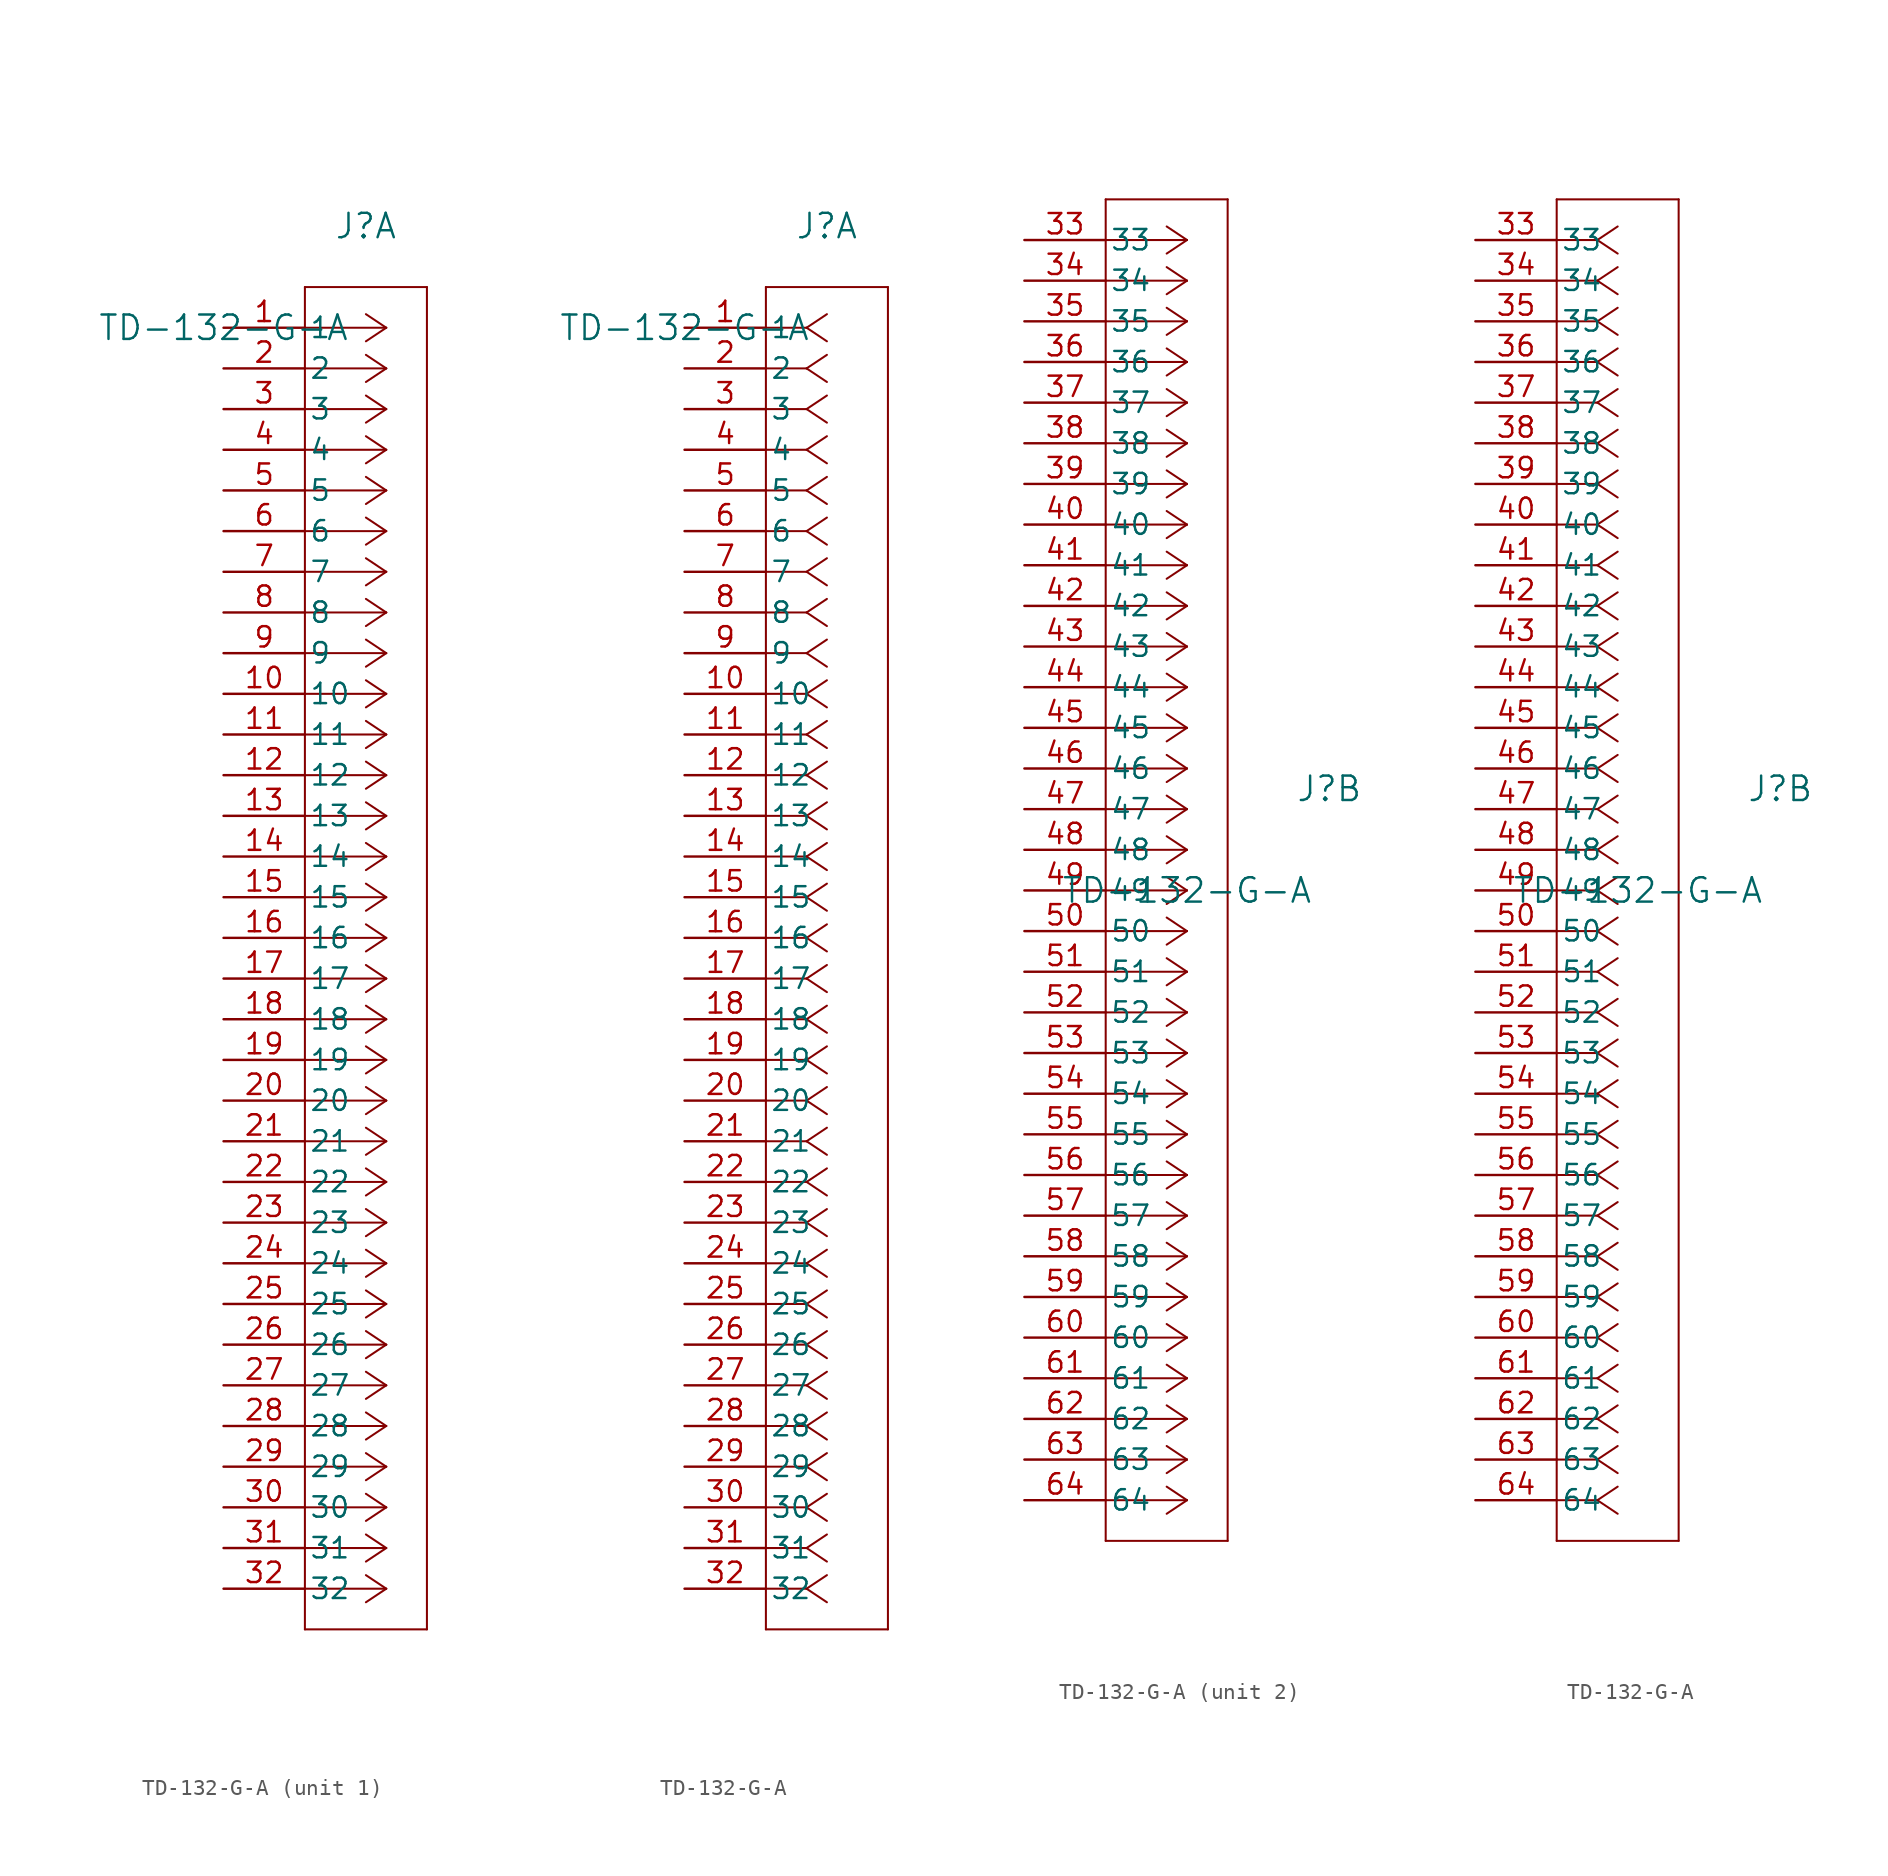
<source format=kicad_sym>
(kicad_symbol_lib
  (version 20211014)
  (generator kicad_symbol_editor)
  (symbol "TD-132-G-A"
    (pin_names
      (offset 0.254))
    (property "Reference" "J"
      (at 8.89 6.35 0)
      (effects (font (size 1.524 1.524))))
    (property "Value" "TD-132-G-A"
      (at 0 0 0)
      (effects (font (size 1.524 1.524))))
    (symbol "TD-132-G-A_1_1"
      (polyline (pts (xy 10.16 0) (xy 5.08 0)) (stroke (width 0.127) (type default) (color 0 0 0 0)) (fill (type none)))
      (polyline (pts (xy 10.16 -2.54) (xy 5.08 -2.54)) (stroke (width 0.127) (type default) (color 0 0 0 0)) (fill (type none)))
      (polyline (pts (xy 10.16 -5.08) (xy 5.08 -5.08)) (stroke (width 0.127) (type default) (color 0 0 0 0)) (fill (type none)))
      (polyline (pts (xy 10.16 -7.62) (xy 5.08 -7.62)) (stroke (width 0.127) (type default) (color 0 0 0 0)) (fill (type none)))
      (polyline (pts (xy 10.16 -10.16) (xy 5.08 -10.16)) (stroke (width 0.127) (type default) (color 0 0 0 0)) (fill (type none)))
      (polyline (pts (xy 10.16 -12.7) (xy 5.08 -12.7)) (stroke (width 0.127) (type default) (color 0 0 0 0)) (fill (type none)))
      (polyline (pts (xy 10.16 -15.24) (xy 5.08 -15.24)) (stroke (width 0.127) (type default) (color 0 0 0 0)) (fill (type none)))
      (polyline (pts (xy 10.16 -17.78) (xy 5.08 -17.78)) (stroke (width 0.127) (type default) (color 0 0 0 0)) (fill (type none)))
      (polyline (pts (xy 10.16 -20.32) (xy 5.08 -20.32)) (stroke (width 0.127) (type default) (color 0 0 0 0)) (fill (type none)))
      (polyline (pts (xy 10.16 -22.86) (xy 5.08 -22.86)) (stroke (width 0.127) (type default) (color 0 0 0 0)) (fill (type none)))
      (polyline (pts (xy 10.16 -25.4) (xy 5.08 -25.4)) (stroke (width 0.127) (type default) (color 0 0 0 0)) (fill (type none)))
      (polyline (pts (xy 10.16 -27.94) (xy 5.08 -27.94)) (stroke (width 0.127) (type default) (color 0 0 0 0)) (fill (type none)))
      (polyline (pts (xy 10.16 -30.48) (xy 5.08 -30.48)) (stroke (width 0.127) (type default) (color 0 0 0 0)) (fill (type none)))
      (polyline (pts (xy 10.16 -33.02) (xy 5.08 -33.02)) (stroke (width 0.127) (type default) (color 0 0 0 0)) (fill (type none)))
      (polyline (pts (xy 10.16 -35.56) (xy 5.08 -35.56)) (stroke (width 0.127) (type default) (color 0 0 0 0)) (fill (type none)))
      (polyline (pts (xy 10.16 -38.1) (xy 5.08 -38.1)) (stroke (width 0.127) (type default) (color 0 0 0 0)) (fill (type none)))
      (polyline (pts (xy 10.16 -40.64) (xy 5.08 -40.64)) (stroke (width 0.127) (type default) (color 0 0 0 0)) (fill (type none)))
      (polyline (pts (xy 10.16 -43.18) (xy 5.08 -43.18)) (stroke (width 0.127) (type default) (color 0 0 0 0)) (fill (type none)))
      (polyline (pts (xy 10.16 -45.72) (xy 5.08 -45.72)) (stroke (width 0.127) (type default) (color 0 0 0 0)) (fill (type none)))
      (polyline (pts (xy 10.16 -48.26) (xy 5.08 -48.26)) (stroke (width 0.127) (type default) (color 0 0 0 0)) (fill (type none)))
      (polyline (pts (xy 10.16 -50.8) (xy 5.08 -50.8)) (stroke (width 0.127) (type default) (color 0 0 0 0)) (fill (type none)))
      (polyline (pts (xy 10.16 -53.34) (xy 5.08 -53.34)) (stroke (width 0.127) (type default) (color 0 0 0 0)) (fill (type none)))
      (polyline (pts (xy 10.16 -55.88) (xy 5.08 -55.88)) (stroke (width 0.127) (type default) (color 0 0 0 0)) (fill (type none)))
      (polyline (pts (xy 10.16 -58.42) (xy 5.08 -58.42)) (stroke (width 0.127) (type default) (color 0 0 0 0)) (fill (type none)))
      (polyline (pts (xy 10.16 -60.96) (xy 5.08 -60.96)) (stroke (width 0.127) (type default) (color 0 0 0 0)) (fill (type none)))
      (polyline (pts (xy 10.16 -63.5) (xy 5.08 -63.5)) (stroke (width 0.127) (type default) (color 0 0 0 0)) (fill (type none)))
      (polyline (pts (xy 10.16 -66.04) (xy 5.08 -66.04)) (stroke (width 0.127) (type default) (color 0 0 0 0)) (fill (type none)))
      (polyline (pts (xy 10.16 -68.58) (xy 5.08 -68.58)) (stroke (width 0.127) (type default) (color 0 0 0 0)) (fill (type none)))
      (polyline (pts (xy 10.16 -71.12) (xy 5.08 -71.12)) (stroke (width 0.127) (type default) (color 0 0 0 0)) (fill (type none)))
      (polyline (pts (xy 10.16 -73.66) (xy 5.08 -73.66)) (stroke (width 0.127) (type default) (color 0 0 0 0)) (fill (type none)))
      (polyline (pts (xy 10.16 -76.2) (xy 5.08 -76.2)) (stroke (width 0.127) (type default) (color 0 0 0 0)) (fill (type none)))
      (polyline (pts (xy 10.16 -78.74) (xy 5.08 -78.74)) (stroke (width 0.127) (type default) (color 0 0 0 0)) (fill (type none)))
      (polyline (pts (xy 10.16 0) (xy 8.89 0.847)) (stroke (width 0.127) (type default) (color 0 0 0 0)) (fill (type none)))
      (polyline (pts (xy 10.16 -2.54) (xy 8.89 -1.693)) (stroke (width 0.127) (type default) (color 0 0 0 0)) (fill (type none)))
      (polyline (pts (xy 10.16 -5.08) (xy 8.89 -4.233)) (stroke (width 0.127) (type default) (color 0 0 0 0)) (fill (type none)))
      (polyline (pts (xy 10.16 -7.62) (xy 8.89 -6.773)) (stroke (width 0.127) (type default) (color 0 0 0 0)) (fill (type none)))
      (polyline (pts (xy 10.16 -10.16) (xy 8.89 -9.313)) (stroke (width 0.127) (type default) (color 0 0 0 0)) (fill (type none)))
      (polyline (pts (xy 10.16 -12.7) (xy 8.89 -11.853)) (stroke (width 0.127) (type default) (color 0 0 0 0)) (fill (type none)))
      (polyline (pts (xy 10.16 -15.24) (xy 8.89 -14.393)) (stroke (width 0.127) (type default) (color 0 0 0 0)) (fill (type none)))
      (polyline (pts (xy 10.16 -17.78) (xy 8.89 -16.933)) (stroke (width 0.127) (type default) (color 0 0 0 0)) (fill (type none)))
      (polyline (pts (xy 10.16 -20.32) (xy 8.89 -19.473)) (stroke (width 0.127) (type default) (color 0 0 0 0)) (fill (type none)))
      (polyline (pts (xy 10.16 -22.86) (xy 8.89 -22.013)) (stroke (width 0.127) (type default) (color 0 0 0 0)) (fill (type none)))
      (polyline (pts (xy 10.16 -25.4) (xy 8.89 -24.553)) (stroke (width 0.127) (type default) (color 0 0 0 0)) (fill (type none)))
      (polyline (pts (xy 10.16 -27.94) (xy 8.89 -27.093)) (stroke (width 0.127) (type default) (color 0 0 0 0)) (fill (type none)))
      (polyline (pts (xy 10.16 -30.48) (xy 8.89 -29.633)) (stroke (width 0.127) (type default) (color 0 0 0 0)) (fill (type none)))
      (polyline (pts (xy 10.16 -33.02) (xy 8.89 -32.173)) (stroke (width 0.127) (type default) (color 0 0 0 0)) (fill (type none)))
      (polyline (pts (xy 10.16 -35.56) (xy 8.89 -34.713)) (stroke (width 0.127) (type default) (color 0 0 0 0)) (fill (type none)))
      (polyline (pts (xy 10.16 -38.1) (xy 8.89 -37.253)) (stroke (width 0.127) (type default) (color 0 0 0 0)) (fill (type none)))
      (polyline (pts (xy 10.16 -40.64) (xy 8.89 -39.793)) (stroke (width 0.127) (type default) (color 0 0 0 0)) (fill (type none)))
      (polyline (pts (xy 10.16 -43.18) (xy 8.89 -42.333)) (stroke (width 0.127) (type default) (color 0 0 0 0)) (fill (type none)))
      (polyline (pts (xy 10.16 -45.72) (xy 8.89 -44.873)) (stroke (width 0.127) (type default) (color 0 0 0 0)) (fill (type none)))
      (polyline (pts (xy 10.16 -48.26) (xy 8.89 -47.413)) (stroke (width 0.127) (type default) (color 0 0 0 0)) (fill (type none)))
      (polyline (pts (xy 10.16 -50.8) (xy 8.89 -49.953)) (stroke (width 0.127) (type default) (color 0 0 0 0)) (fill (type none)))
      (polyline (pts (xy 10.16 -53.34) (xy 8.89 -52.493)) (stroke (width 0.127) (type default) (color 0 0 0 0)) (fill (type none)))
      (polyline (pts (xy 10.16 -55.88) (xy 8.89 -55.033)) (stroke (width 0.127) (type default) (color 0 0 0 0)) (fill (type none)))
      (polyline (pts (xy 10.16 -58.42) (xy 8.89 -57.573)) (stroke (width 0.127) (type default) (color 0 0 0 0)) (fill (type none)))
      (polyline (pts (xy 10.16 -60.96) (xy 8.89 -60.113)) (stroke (width 0.127) (type default) (color 0 0 0 0)) (fill (type none)))
      (polyline (pts (xy 10.16 -63.5) (xy 8.89 -62.653)) (stroke (width 0.127) (type default) (color 0 0 0 0)) (fill (type none)))
      (polyline (pts (xy 10.16 -66.04) (xy 8.89 -65.193)) (stroke (width 0.127) (type default) (color 0 0 0 0)) (fill (type none)))
      (polyline (pts (xy 10.16 -68.58) (xy 8.89 -67.733)) (stroke (width 0.127) (type default) (color 0 0 0 0)) (fill (type none)))
      (polyline (pts (xy 10.16 -71.12) (xy 8.89 -70.273)) (stroke (width 0.127) (type default) (color 0 0 0 0)) (fill (type none)))
      (polyline (pts (xy 10.16 -73.66) (xy 8.89 -72.813)) (stroke (width 0.127) (type default) (color 0 0 0 0)) (fill (type none)))
      (polyline (pts (xy 10.16 -76.2) (xy 8.89 -75.353)) (stroke (width 0.127) (type default) (color 0 0 0 0)) (fill (type none)))
      (polyline (pts (xy 10.16 -78.74) (xy 8.89 -77.893)) (stroke (width 0.127) (type default) (color 0 0 0 0)) (fill (type none)))
      (polyline (pts (xy 10.16 0) (xy 8.89 -0.847)) (stroke (width 0.127) (type default) (color 0 0 0 0)) (fill (type none)))
      (polyline (pts (xy 10.16 -2.54) (xy 8.89 -3.387)) (stroke (width 0.127) (type default) (color 0 0 0 0)) (fill (type none)))
      (polyline (pts (xy 10.16 -5.08) (xy 8.89 -5.927)) (stroke (width 0.127) (type default) (color 0 0 0 0)) (fill (type none)))
      (polyline (pts (xy 10.16 -7.62) (xy 8.89 -8.467)) (stroke (width 0.127) (type default) (color 0 0 0 0)) (fill (type none)))
      (polyline (pts (xy 10.16 -10.16) (xy 8.89 -11.007)) (stroke (width 0.127) (type default) (color 0 0 0 0)) (fill (type none)))
      (polyline (pts (xy 10.16 -12.7) (xy 8.89 -13.547)) (stroke (width 0.127) (type default) (color 0 0 0 0)) (fill (type none)))
      (polyline (pts (xy 10.16 -15.24) (xy 8.89 -16.087)) (stroke (width 0.127) (type default) (color 0 0 0 0)) (fill (type none)))
      (polyline (pts (xy 10.16 -17.78) (xy 8.89 -18.627)) (stroke (width 0.127) (type default) (color 0 0 0 0)) (fill (type none)))
      (polyline (pts (xy 10.16 -20.32) (xy 8.89 -21.167)) (stroke (width 0.127) (type default) (color 0 0 0 0)) (fill (type none)))
      (polyline (pts (xy 10.16 -22.86) (xy 8.89 -23.707)) (stroke (width 0.127) (type default) (color 0 0 0 0)) (fill (type none)))
      (polyline (pts (xy 10.16 -25.4) (xy 8.89 -26.247)) (stroke (width 0.127) (type default) (color 0 0 0 0)) (fill (type none)))
      (polyline (pts (xy 10.16 -27.94) (xy 8.89 -28.787)) (stroke (width 0.127) (type default) (color 0 0 0 0)) (fill (type none)))
      (polyline (pts (xy 10.16 -30.48) (xy 8.89 -31.327)) (stroke (width 0.127) (type default) (color 0 0 0 0)) (fill (type none)))
      (polyline (pts (xy 10.16 -33.02) (xy 8.89 -33.867)) (stroke (width 0.127) (type default) (color 0 0 0 0)) (fill (type none)))
      (polyline (pts (xy 10.16 -35.56) (xy 8.89 -36.407)) (stroke (width 0.127) (type default) (color 0 0 0 0)) (fill (type none)))
      (polyline (pts (xy 10.16 -38.1) (xy 8.89 -38.947)) (stroke (width 0.127) (type default) (color 0 0 0 0)) (fill (type none)))
      (polyline (pts (xy 10.16 -40.64) (xy 8.89 -41.487)) (stroke (width 0.127) (type default) (color 0 0 0 0)) (fill (type none)))
      (polyline (pts (xy 10.16 -43.18) (xy 8.89 -44.027)) (stroke (width 0.127) (type default) (color 0 0 0 0)) (fill (type none)))
      (polyline (pts (xy 10.16 -45.72) (xy 8.89 -46.567)) (stroke (width 0.127) (type default) (color 0 0 0 0)) (fill (type none)))
      (polyline (pts (xy 10.16 -48.26) (xy 8.89 -49.107)) (stroke (width 0.127) (type default) (color 0 0 0 0)) (fill (type none)))
      (polyline (pts (xy 10.16 -50.8) (xy 8.89 -51.647)) (stroke (width 0.127) (type default) (color 0 0 0 0)) (fill (type none)))
      (polyline (pts (xy 10.16 -53.34) (xy 8.89 -54.187)) (stroke (width 0.127) (type default) (color 0 0 0 0)) (fill (type none)))
      (polyline (pts (xy 10.16 -55.88) (xy 8.89 -56.727)) (stroke (width 0.127) (type default) (color 0 0 0 0)) (fill (type none)))
      (polyline (pts (xy 10.16 -58.42) (xy 8.89 -59.267)) (stroke (width 0.127) (type default) (color 0 0 0 0)) (fill (type none)))
      (polyline (pts (xy 10.16 -60.96) (xy 8.89 -61.807)) (stroke (width 0.127) (type default) (color 0 0 0 0)) (fill (type none)))
      (polyline (pts (xy 10.16 -63.5) (xy 8.89 -64.347)) (stroke (width 0.127) (type default) (color 0 0 0 0)) (fill (type none)))
      (polyline (pts (xy 10.16 -66.04) (xy 8.89 -66.887)) (stroke (width 0.127) (type default) (color 0 0 0 0)) (fill (type none)))
      (polyline (pts (xy 10.16 -68.58) (xy 8.89 -69.427)) (stroke (width 0.127) (type default) (color 0 0 0 0)) (fill (type none)))
      (polyline (pts (xy 10.16 -71.12) (xy 8.89 -71.967)) (stroke (width 0.127) (type default) (color 0 0 0 0)) (fill (type none)))
      (polyline (pts (xy 10.16 -73.66) (xy 8.89 -74.507)) (stroke (width 0.127) (type default) (color 0 0 0 0)) (fill (type none)))
      (polyline (pts (xy 10.16 -76.2) (xy 8.89 -77.047)) (stroke (width 0.127) (type default) (color 0 0 0 0)) (fill (type none)))
      (polyline (pts (xy 10.16 -78.74) (xy 8.89 -79.587)) (stroke (width 0.127) (type default) (color 0 0 0 0)) (fill (type none)))
      (polyline (pts (xy 5.08 2.54) (xy 5.08 -81.28)) (stroke (width 0.127) (type default) (color 0 0 0 0)) (fill (type none)))
      (polyline (pts (xy 5.08 -81.28) (xy 12.7 -81.28)) (stroke (width 0.127) (type default) (color 0 0 0 0)) (fill (type none)))
      (polyline (pts (xy 12.7 -81.28) (xy 12.7 2.54)) (stroke (width 0.127) (type default) (color 0 0 0 0)) (fill (type none)))
      (polyline (pts (xy 12.7 2.54) (xy 5.08 2.54)) (stroke (width 0.127) (type default) (color 0 0 0 0)) (fill (type none)))
      (pin unspecified line (at 0 0 0) (length 5.08) (name "1" (effects (font (size 1.27 1.27)))) (number "1" (effects (font (size 1.27 1.27)))))
      (pin unspecified line (at 0 -2.54 0) (length 5.08) (name "2" (effects (font (size 1.27 1.27)))) (number "2" (effects (font (size 1.27 1.27)))))
      (pin unspecified line (at 0 -5.08 0) (length 5.08) (name "3" (effects (font (size 1.27 1.27)))) (number "3" (effects (font (size 1.27 1.27)))))
      (pin unspecified line (at 0 -7.62 0) (length 5.08) (name "4" (effects (font (size 1.27 1.27)))) (number "4" (effects (font (size 1.27 1.27)))))
      (pin unspecified line (at 0 -10.16 0) (length 5.08) (name "5" (effects (font (size 1.27 1.27)))) (number "5" (effects (font (size 1.27 1.27)))))
      (pin unspecified line (at 0 -12.7 0) (length 5.08) (name "6" (effects (font (size 1.27 1.27)))) (number "6" (effects (font (size 1.27 1.27)))))
      (pin unspecified line (at 0 -15.24 0) (length 5.08) (name "7" (effects (font (size 1.27 1.27)))) (number "7" (effects (font (size 1.27 1.27)))))
      (pin unspecified line (at 0 -17.78 0) (length 5.08) (name "8" (effects (font (size 1.27 1.27)))) (number "8" (effects (font (size 1.27 1.27)))))
      (pin unspecified line (at 0 -20.32 0) (length 5.08) (name "9" (effects (font (size 1.27 1.27)))) (number "9" (effects (font (size 1.27 1.27)))))
      (pin unspecified line (at 0 -22.86 0) (length 5.08) (name "10" (effects (font (size 1.27 1.27)))) (number "10" (effects (font (size 1.27 1.27)))))
      (pin unspecified line (at 0 -25.4 0) (length 5.08) (name "11" (effects (font (size 1.27 1.27)))) (number "11" (effects (font (size 1.27 1.27)))))
      (pin unspecified line (at 0 -27.94 0) (length 5.08) (name "12" (effects (font (size 1.27 1.27)))) (number "12" (effects (font (size 1.27 1.27)))))
      (pin unspecified line (at 0 -30.48 0) (length 5.08) (name "13" (effects (font (size 1.27 1.27)))) (number "13" (effects (font (size 1.27 1.27)))))
      (pin unspecified line (at 0 -33.02 0) (length 5.08) (name "14" (effects (font (size 1.27 1.27)))) (number "14" (effects (font (size 1.27 1.27)))))
      (pin unspecified line (at 0 -35.56 0) (length 5.08) (name "15" (effects (font (size 1.27 1.27)))) (number "15" (effects (font (size 1.27 1.27)))))
      (pin unspecified line (at 0 -38.1 0) (length 5.08) (name "16" (effects (font (size 1.27 1.27)))) (number "16" (effects (font (size 1.27 1.27)))))
      (pin unspecified line (at 0 -40.64 0) (length 5.08) (name "17" (effects (font (size 1.27 1.27)))) (number "17" (effects (font (size 1.27 1.27)))))
      (pin unspecified line (at 0 -43.18 0) (length 5.08) (name "18" (effects (font (size 1.27 1.27)))) (number "18" (effects (font (size 1.27 1.27)))))
      (pin unspecified line (at 0 -45.72 0) (length 5.08) (name "19" (effects (font (size 1.27 1.27)))) (number "19" (effects (font (size 1.27 1.27)))))
      (pin unspecified line (at 0 -48.26 0) (length 5.08) (name "20" (effects (font (size 1.27 1.27)))) (number "20" (effects (font (size 1.27 1.27)))))
      (pin unspecified line (at 0 -50.8 0) (length 5.08) (name "21" (effects (font (size 1.27 1.27)))) (number "21" (effects (font (size 1.27 1.27)))))
      (pin unspecified line (at 0 -53.34 0) (length 5.08) (name "22" (effects (font (size 1.27 1.27)))) (number "22" (effects (font (size 1.27 1.27)))))
      (pin unspecified line (at 0 -55.88 0) (length 5.08) (name "23" (effects (font (size 1.27 1.27)))) (number "23" (effects (font (size 1.27 1.27)))))
      (pin unspecified line (at 0 -58.42 0) (length 5.08) (name "24" (effects (font (size 1.27 1.27)))) (number "24" (effects (font (size 1.27 1.27)))))
      (pin unspecified line (at 0 -60.96 0) (length 5.08) (name "25" (effects (font (size 1.27 1.27)))) (number "25" (effects (font (size 1.27 1.27)))))
      (pin unspecified line (at 0 -63.5 0) (length 5.08) (name "26" (effects (font (size 1.27 1.27)))) (number "26" (effects (font (size 1.27 1.27)))))
      (pin unspecified line (at 0 -66.04 0) (length 5.08) (name "27" (effects (font (size 1.27 1.27)))) (number "27" (effects (font (size 1.27 1.27)))))
      (pin unspecified line (at 0 -68.58 0) (length 5.08) (name "28" (effects (font (size 1.27 1.27)))) (number "28" (effects (font (size 1.27 1.27)))))
      (pin unspecified line (at 0 -71.12 0) (length 5.08) (name "29" (effects (font (size 1.27 1.27)))) (number "29" (effects (font (size 1.27 1.27)))))
      (pin unspecified line (at 0 -73.66 0) (length 5.08) (name "30" (effects (font (size 1.27 1.27)))) (number "30" (effects (font (size 1.27 1.27)))))
      (pin unspecified line (at 0 -76.2 0) (length 5.08) (name "31" (effects (font (size 1.27 1.27)))) (number "31" (effects (font (size 1.27 1.27)))))
      (pin unspecified line (at 0 -78.74 0) (length 5.08) (name "32" (effects (font (size 1.27 1.27)))) (number "32" (effects (font (size 1.27 1.27))))))
    (symbol "TD-132-G-A_1_2"
      (polyline (pts (xy 7.62 0) (xy 5.08 0)) (stroke (width 0.127) (type default) (color 0 0 0 0)) (fill (type none)))
      (polyline (pts (xy 7.62 -2.54) (xy 5.08 -2.54)) (stroke (width 0.127) (type default) (color 0 0 0 0)) (fill (type none)))
      (polyline (pts (xy 7.62 -5.08) (xy 5.08 -5.08)) (stroke (width 0.127) (type default) (color 0 0 0 0)) (fill (type none)))
      (polyline (pts (xy 7.62 -7.62) (xy 5.08 -7.62)) (stroke (width 0.127) (type default) (color 0 0 0 0)) (fill (type none)))
      (polyline (pts (xy 7.62 -10.16) (xy 5.08 -10.16)) (stroke (width 0.127) (type default) (color 0 0 0 0)) (fill (type none)))
      (polyline (pts (xy 7.62 -12.7) (xy 5.08 -12.7)) (stroke (width 0.127) (type default) (color 0 0 0 0)) (fill (type none)))
      (polyline (pts (xy 7.62 -15.24) (xy 5.08 -15.24)) (stroke (width 0.127) (type default) (color 0 0 0 0)) (fill (type none)))
      (polyline (pts (xy 7.62 -17.78) (xy 5.08 -17.78)) (stroke (width 0.127) (type default) (color 0 0 0 0)) (fill (type none)))
      (polyline (pts (xy 7.62 -20.32) (xy 5.08 -20.32)) (stroke (width 0.127) (type default) (color 0 0 0 0)) (fill (type none)))
      (polyline (pts (xy 7.62 -22.86) (xy 5.08 -22.86)) (stroke (width 0.127) (type default) (color 0 0 0 0)) (fill (type none)))
      (polyline (pts (xy 7.62 -25.4) (xy 5.08 -25.4)) (stroke (width 0.127) (type default) (color 0 0 0 0)) (fill (type none)))
      (polyline (pts (xy 7.62 -27.94) (xy 5.08 -27.94)) (stroke (width 0.127) (type default) (color 0 0 0 0)) (fill (type none)))
      (polyline (pts (xy 7.62 -30.48) (xy 5.08 -30.48)) (stroke (width 0.127) (type default) (color 0 0 0 0)) (fill (type none)))
      (polyline (pts (xy 7.62 -33.02) (xy 5.08 -33.02)) (stroke (width 0.127) (type default) (color 0 0 0 0)) (fill (type none)))
      (polyline (pts (xy 7.62 -35.56) (xy 5.08 -35.56)) (stroke (width 0.127) (type default) (color 0 0 0 0)) (fill (type none)))
      (polyline (pts (xy 7.62 -38.1) (xy 5.08 -38.1)) (stroke (width 0.127) (type default) (color 0 0 0 0)) (fill (type none)))
      (polyline (pts (xy 7.62 -40.64) (xy 5.08 -40.64)) (stroke (width 0.127) (type default) (color 0 0 0 0)) (fill (type none)))
      (polyline (pts (xy 7.62 -43.18) (xy 5.08 -43.18)) (stroke (width 0.127) (type default) (color 0 0 0 0)) (fill (type none)))
      (polyline (pts (xy 7.62 -45.72) (xy 5.08 -45.72)) (stroke (width 0.127) (type default) (color 0 0 0 0)) (fill (type none)))
      (polyline (pts (xy 7.62 -48.26) (xy 5.08 -48.26)) (stroke (width 0.127) (type default) (color 0 0 0 0)) (fill (type none)))
      (polyline (pts (xy 7.62 -50.8) (xy 5.08 -50.8)) (stroke (width 0.127) (type default) (color 0 0 0 0)) (fill (type none)))
      (polyline (pts (xy 7.62 -53.34) (xy 5.08 -53.34)) (stroke (width 0.127) (type default) (color 0 0 0 0)) (fill (type none)))
      (polyline (pts (xy 7.62 -55.88) (xy 5.08 -55.88)) (stroke (width 0.127) (type default) (color 0 0 0 0)) (fill (type none)))
      (polyline (pts (xy 7.62 -58.42) (xy 5.08 -58.42)) (stroke (width 0.127) (type default) (color 0 0 0 0)) (fill (type none)))
      (polyline (pts (xy 7.62 -60.96) (xy 5.08 -60.96)) (stroke (width 0.127) (type default) (color 0 0 0 0)) (fill (type none)))
      (polyline (pts (xy 7.62 -63.5) (xy 5.08 -63.5)) (stroke (width 0.127) (type default) (color 0 0 0 0)) (fill (type none)))
      (polyline (pts (xy 7.62 -66.04) (xy 5.08 -66.04)) (stroke (width 0.127) (type default) (color 0 0 0 0)) (fill (type none)))
      (polyline (pts (xy 7.62 -68.58) (xy 5.08 -68.58)) (stroke (width 0.127) (type default) (color 0 0 0 0)) (fill (type none)))
      (polyline (pts (xy 7.62 -71.12) (xy 5.08 -71.12)) (stroke (width 0.127) (type default) (color 0 0 0 0)) (fill (type none)))
      (polyline (pts (xy 7.62 -73.66) (xy 5.08 -73.66)) (stroke (width 0.127) (type default) (color 0 0 0 0)) (fill (type none)))
      (polyline (pts (xy 7.62 -76.2) (xy 5.08 -76.2)) (stroke (width 0.127) (type default) (color 0 0 0 0)) (fill (type none)))
      (polyline (pts (xy 7.62 -78.74) (xy 5.08 -78.74)) (stroke (width 0.127) (type default) (color 0 0 0 0)) (fill (type none)))
      (polyline (pts (xy 7.62 0) (xy 8.89 0.847)) (stroke (width 0.127) (type default) (color 0 0 0 0)) (fill (type none)))
      (polyline (pts (xy 7.62 -2.54) (xy 8.89 -1.693)) (stroke (width 0.127) (type default) (color 0 0 0 0)) (fill (type none)))
      (polyline (pts (xy 7.62 -5.08) (xy 8.89 -4.233)) (stroke (width 0.127) (type default) (color 0 0 0 0)) (fill (type none)))
      (polyline (pts (xy 7.62 -7.62) (xy 8.89 -6.773)) (stroke (width 0.127) (type default) (color 0 0 0 0)) (fill (type none)))
      (polyline (pts (xy 7.62 -10.16) (xy 8.89 -9.313)) (stroke (width 0.127) (type default) (color 0 0 0 0)) (fill (type none)))
      (polyline (pts (xy 7.62 -12.7) (xy 8.89 -11.853)) (stroke (width 0.127) (type default) (color 0 0 0 0)) (fill (type none)))
      (polyline (pts (xy 7.62 -15.24) (xy 8.89 -14.393)) (stroke (width 0.127) (type default) (color 0 0 0 0)) (fill (type none)))
      (polyline (pts (xy 7.62 -17.78) (xy 8.89 -16.933)) (stroke (width 0.127) (type default) (color 0 0 0 0)) (fill (type none)))
      (polyline (pts (xy 7.62 -20.32) (xy 8.89 -19.473)) (stroke (width 0.127) (type default) (color 0 0 0 0)) (fill (type none)))
      (polyline (pts (xy 7.62 -22.86) (xy 8.89 -22.013)) (stroke (width 0.127) (type default) (color 0 0 0 0)) (fill (type none)))
      (polyline (pts (xy 7.62 -25.4) (xy 8.89 -24.553)) (stroke (width 0.127) (type default) (color 0 0 0 0)) (fill (type none)))
      (polyline (pts (xy 7.62 -27.94) (xy 8.89 -27.093)) (stroke (width 0.127) (type default) (color 0 0 0 0)) (fill (type none)))
      (polyline (pts (xy 7.62 -30.48) (xy 8.89 -29.633)) (stroke (width 0.127) (type default) (color 0 0 0 0)) (fill (type none)))
      (polyline (pts (xy 7.62 -33.02) (xy 8.89 -32.173)) (stroke (width 0.127) (type default) (color 0 0 0 0)) (fill (type none)))
      (polyline (pts (xy 7.62 -35.56) (xy 8.89 -34.713)) (stroke (width 0.127) (type default) (color 0 0 0 0)) (fill (type none)))
      (polyline (pts (xy 7.62 -38.1) (xy 8.89 -37.253)) (stroke (width 0.127) (type default) (color 0 0 0 0)) (fill (type none)))
      (polyline (pts (xy 7.62 -40.64) (xy 8.89 -39.793)) (stroke (width 0.127) (type default) (color 0 0 0 0)) (fill (type none)))
      (polyline (pts (xy 7.62 -43.18) (xy 8.89 -42.333)) (stroke (width 0.127) (type default) (color 0 0 0 0)) (fill (type none)))
      (polyline (pts (xy 7.62 -45.72) (xy 8.89 -44.873)) (stroke (width 0.127) (type default) (color 0 0 0 0)) (fill (type none)))
      (polyline (pts (xy 7.62 -48.26) (xy 8.89 -47.413)) (stroke (width 0.127) (type default) (color 0 0 0 0)) (fill (type none)))
      (polyline (pts (xy 7.62 -50.8) (xy 8.89 -49.953)) (stroke (width 0.127) (type default) (color 0 0 0 0)) (fill (type none)))
      (polyline (pts (xy 7.62 -53.34) (xy 8.89 -52.493)) (stroke (width 0.127) (type default) (color 0 0 0 0)) (fill (type none)))
      (polyline (pts (xy 7.62 -55.88) (xy 8.89 -55.033)) (stroke (width 0.127) (type default) (color 0 0 0 0)) (fill (type none)))
      (polyline (pts (xy 7.62 -58.42) (xy 8.89 -57.573)) (stroke (width 0.127) (type default) (color 0 0 0 0)) (fill (type none)))
      (polyline (pts (xy 7.62 -60.96) (xy 8.89 -60.113)) (stroke (width 0.127) (type default) (color 0 0 0 0)) (fill (type none)))
      (polyline (pts (xy 7.62 -63.5) (xy 8.89 -62.653)) (stroke (width 0.127) (type default) (color 0 0 0 0)) (fill (type none)))
      (polyline (pts (xy 7.62 -66.04) (xy 8.89 -65.193)) (stroke (width 0.127) (type default) (color 0 0 0 0)) (fill (type none)))
      (polyline (pts (xy 7.62 -68.58) (xy 8.89 -67.733)) (stroke (width 0.127) (type default) (color 0 0 0 0)) (fill (type none)))
      (polyline (pts (xy 7.62 -71.12) (xy 8.89 -70.273)) (stroke (width 0.127) (type default) (color 0 0 0 0)) (fill (type none)))
      (polyline (pts (xy 7.62 -73.66) (xy 8.89 -72.813)) (stroke (width 0.127) (type default) (color 0 0 0 0)) (fill (type none)))
      (polyline (pts (xy 7.62 -76.2) (xy 8.89 -75.353)) (stroke (width 0.127) (type default) (color 0 0 0 0)) (fill (type none)))
      (polyline (pts (xy 7.62 -78.74) (xy 8.89 -77.893)) (stroke (width 0.127) (type default) (color 0 0 0 0)) (fill (type none)))
      (polyline (pts (xy 7.62 0) (xy 8.89 -0.847)) (stroke (width 0.127) (type default) (color 0 0 0 0)) (fill (type none)))
      (polyline (pts (xy 7.62 -2.54) (xy 8.89 -3.387)) (stroke (width 0.127) (type default) (color 0 0 0 0)) (fill (type none)))
      (polyline (pts (xy 7.62 -5.08) (xy 8.89 -5.927)) (stroke (width 0.127) (type default) (color 0 0 0 0)) (fill (type none)))
      (polyline (pts (xy 7.62 -7.62) (xy 8.89 -8.467)) (stroke (width 0.127) (type default) (color 0 0 0 0)) (fill (type none)))
      (polyline (pts (xy 7.62 -10.16) (xy 8.89 -11.007)) (stroke (width 0.127) (type default) (color 0 0 0 0)) (fill (type none)))
      (polyline (pts (xy 7.62 -12.7) (xy 8.89 -13.547)) (stroke (width 0.127) (type default) (color 0 0 0 0)) (fill (type none)))
      (polyline (pts (xy 7.62 -15.24) (xy 8.89 -16.087)) (stroke (width 0.127) (type default) (color 0 0 0 0)) (fill (type none)))
      (polyline (pts (xy 7.62 -17.78) (xy 8.89 -18.627)) (stroke (width 0.127) (type default) (color 0 0 0 0)) (fill (type none)))
      (polyline (pts (xy 7.62 -20.32) (xy 8.89 -21.167)) (stroke (width 0.127) (type default) (color 0 0 0 0)) (fill (type none)))
      (polyline (pts (xy 7.62 -22.86) (xy 8.89 -23.707)) (stroke (width 0.127) (type default) (color 0 0 0 0)) (fill (type none)))
      (polyline (pts (xy 7.62 -25.4) (xy 8.89 -26.247)) (stroke (width 0.127) (type default) (color 0 0 0 0)) (fill (type none)))
      (polyline (pts (xy 7.62 -27.94) (xy 8.89 -28.787)) (stroke (width 0.127) (type default) (color 0 0 0 0)) (fill (type none)))
      (polyline (pts (xy 7.62 -30.48) (xy 8.89 -31.327)) (stroke (width 0.127) (type default) (color 0 0 0 0)) (fill (type none)))
      (polyline (pts (xy 7.62 -33.02) (xy 8.89 -33.867)) (stroke (width 0.127) (type default) (color 0 0 0 0)) (fill (type none)))
      (polyline (pts (xy 7.62 -35.56) (xy 8.89 -36.407)) (stroke (width 0.127) (type default) (color 0 0 0 0)) (fill (type none)))
      (polyline (pts (xy 7.62 -38.1) (xy 8.89 -38.947)) (stroke (width 0.127) (type default) (color 0 0 0 0)) (fill (type none)))
      (polyline (pts (xy 7.62 -40.64) (xy 8.89 -41.487)) (stroke (width 0.127) (type default) (color 0 0 0 0)) (fill (type none)))
      (polyline (pts (xy 7.62 -43.18) (xy 8.89 -44.027)) (stroke (width 0.127) (type default) (color 0 0 0 0)) (fill (type none)))
      (polyline (pts (xy 7.62 -45.72) (xy 8.89 -46.567)) (stroke (width 0.127) (type default) (color 0 0 0 0)) (fill (type none)))
      (polyline (pts (xy 7.62 -48.26) (xy 8.89 -49.107)) (stroke (width 0.127) (type default) (color 0 0 0 0)) (fill (type none)))
      (polyline (pts (xy 7.62 -50.8) (xy 8.89 -51.647)) (stroke (width 0.127) (type default) (color 0 0 0 0)) (fill (type none)))
      (polyline (pts (xy 7.62 -53.34) (xy 8.89 -54.187)) (stroke (width 0.127) (type default) (color 0 0 0 0)) (fill (type none)))
      (polyline (pts (xy 7.62 -55.88) (xy 8.89 -56.727)) (stroke (width 0.127) (type default) (color 0 0 0 0)) (fill (type none)))
      (polyline (pts (xy 7.62 -58.42) (xy 8.89 -59.267)) (stroke (width 0.127) (type default) (color 0 0 0 0)) (fill (type none)))
      (polyline (pts (xy 7.62 -60.96) (xy 8.89 -61.807)) (stroke (width 0.127) (type default) (color 0 0 0 0)) (fill (type none)))
      (polyline (pts (xy 7.62 -63.5) (xy 8.89 -64.347)) (stroke (width 0.127) (type default) (color 0 0 0 0)) (fill (type none)))
      (polyline (pts (xy 7.62 -66.04) (xy 8.89 -66.887)) (stroke (width 0.127) (type default) (color 0 0 0 0)) (fill (type none)))
      (polyline (pts (xy 7.62 -68.58) (xy 8.89 -69.427)) (stroke (width 0.127) (type default) (color 0 0 0 0)) (fill (type none)))
      (polyline (pts (xy 7.62 -71.12) (xy 8.89 -71.967)) (stroke (width 0.127) (type default) (color 0 0 0 0)) (fill (type none)))
      (polyline (pts (xy 7.62 -73.66) (xy 8.89 -74.507)) (stroke (width 0.127) (type default) (color 0 0 0 0)) (fill (type none)))
      (polyline (pts (xy 7.62 -76.2) (xy 8.89 -77.047)) (stroke (width 0.127) (type default) (color 0 0 0 0)) (fill (type none)))
      (polyline (pts (xy 7.62 -78.74) (xy 8.89 -79.587)) (stroke (width 0.127) (type default) (color 0 0 0 0)) (fill (type none)))
      (polyline (pts (xy 5.08 2.54) (xy 5.08 -81.28)) (stroke (width 0.127) (type default) (color 0 0 0 0)) (fill (type none)))
      (polyline (pts (xy 5.08 -81.28) (xy 12.7 -81.28)) (stroke (width 0.127) (type default) (color 0 0 0 0)) (fill (type none)))
      (polyline (pts (xy 12.7 -81.28) (xy 12.7 2.54)) (stroke (width 0.127) (type default) (color 0 0 0 0)) (fill (type none)))
      (polyline (pts (xy 12.7 2.54) (xy 5.08 2.54)) (stroke (width 0.127) (type default) (color 0 0 0 0)) (fill (type none)))
      (pin unspecified line (at 0 0 0) (length 5.08) (name "1" (effects (font (size 1.27 1.27)))) (number "1" (effects (font (size 1.27 1.27)))))
      (pin unspecified line (at 0 -2.54 0) (length 5.08) (name "2" (effects (font (size 1.27 1.27)))) (number "2" (effects (font (size 1.27 1.27)))))
      (pin unspecified line (at 0 -5.08 0) (length 5.08) (name "3" (effects (font (size 1.27 1.27)))) (number "3" (effects (font (size 1.27 1.27)))))
      (pin unspecified line (at 0 -7.62 0) (length 5.08) (name "4" (effects (font (size 1.27 1.27)))) (number "4" (effects (font (size 1.27 1.27)))))
      (pin unspecified line (at 0 -10.16 0) (length 5.08) (name "5" (effects (font (size 1.27 1.27)))) (number "5" (effects (font (size 1.27 1.27)))))
      (pin unspecified line (at 0 -12.7 0) (length 5.08) (name "6" (effects (font (size 1.27 1.27)))) (number "6" (effects (font (size 1.27 1.27)))))
      (pin unspecified line (at 0 -15.24 0) (length 5.08) (name "7" (effects (font (size 1.27 1.27)))) (number "7" (effects (font (size 1.27 1.27)))))
      (pin unspecified line (at 0 -17.78 0) (length 5.08) (name "8" (effects (font (size 1.27 1.27)))) (number "8" (effects (font (size 1.27 1.27)))))
      (pin unspecified line (at 0 -20.32 0) (length 5.08) (name "9" (effects (font (size 1.27 1.27)))) (number "9" (effects (font (size 1.27 1.27)))))
      (pin unspecified line (at 0 -22.86 0) (length 5.08) (name "10" (effects (font (size 1.27 1.27)))) (number "10" (effects (font (size 1.27 1.27)))))
      (pin unspecified line (at 0 -25.4 0) (length 5.08) (name "11" (effects (font (size 1.27 1.27)))) (number "11" (effects (font (size 1.27 1.27)))))
      (pin unspecified line (at 0 -27.94 0) (length 5.08) (name "12" (effects (font (size 1.27 1.27)))) (number "12" (effects (font (size 1.27 1.27)))))
      (pin unspecified line (at 0 -30.48 0) (length 5.08) (name "13" (effects (font (size 1.27 1.27)))) (number "13" (effects (font (size 1.27 1.27)))))
      (pin unspecified line (at 0 -33.02 0) (length 5.08) (name "14" (effects (font (size 1.27 1.27)))) (number "14" (effects (font (size 1.27 1.27)))))
      (pin unspecified line (at 0 -35.56 0) (length 5.08) (name "15" (effects (font (size 1.27 1.27)))) (number "15" (effects (font (size 1.27 1.27)))))
      (pin unspecified line (at 0 -38.1 0) (length 5.08) (name "16" (effects (font (size 1.27 1.27)))) (number "16" (effects (font (size 1.27 1.27)))))
      (pin unspecified line (at 0 -40.64 0) (length 5.08) (name "17" (effects (font (size 1.27 1.27)))) (number "17" (effects (font (size 1.27 1.27)))))
      (pin unspecified line (at 0 -43.18 0) (length 5.08) (name "18" (effects (font (size 1.27 1.27)))) (number "18" (effects (font (size 1.27 1.27)))))
      (pin unspecified line (at 0 -45.72 0) (length 5.08) (name "19" (effects (font (size 1.27 1.27)))) (number "19" (effects (font (size 1.27 1.27)))))
      (pin unspecified line (at 0 -48.26 0) (length 5.08) (name "20" (effects (font (size 1.27 1.27)))) (number "20" (effects (font (size 1.27 1.27)))))
      (pin unspecified line (at 0 -50.8 0) (length 5.08) (name "21" (effects (font (size 1.27 1.27)))) (number "21" (effects (font (size 1.27 1.27)))))
      (pin unspecified line (at 0 -53.34 0) (length 5.08) (name "22" (effects (font (size 1.27 1.27)))) (number "22" (effects (font (size 1.27 1.27)))))
      (pin unspecified line (at 0 -55.88 0) (length 5.08) (name "23" (effects (font (size 1.27 1.27)))) (number "23" (effects (font (size 1.27 1.27)))))
      (pin unspecified line (at 0 -58.42 0) (length 5.08) (name "24" (effects (font (size 1.27 1.27)))) (number "24" (effects (font (size 1.27 1.27)))))
      (pin unspecified line (at 0 -60.96 0) (length 5.08) (name "25" (effects (font (size 1.27 1.27)))) (number "25" (effects (font (size 1.27 1.27)))))
      (pin unspecified line (at 0 -63.5 0) (length 5.08) (name "26" (effects (font (size 1.27 1.27)))) (number "26" (effects (font (size 1.27 1.27)))))
      (pin unspecified line (at 0 -66.04 0) (length 5.08) (name "27" (effects (font (size 1.27 1.27)))) (number "27" (effects (font (size 1.27 1.27)))))
      (pin unspecified line (at 0 -68.58 0) (length 5.08) (name "28" (effects (font (size 1.27 1.27)))) (number "28" (effects (font (size 1.27 1.27)))))
      (pin unspecified line (at 0 -71.12 0) (length 5.08) (name "29" (effects (font (size 1.27 1.27)))) (number "29" (effects (font (size 1.27 1.27)))))
      (pin unspecified line (at 0 -73.66 0) (length 5.08) (name "30" (effects (font (size 1.27 1.27)))) (number "30" (effects (font (size 1.27 1.27)))))
      (pin unspecified line (at 0 -76.2 0) (length 5.08) (name "31" (effects (font (size 1.27 1.27)))) (number "31" (effects (font (size 1.27 1.27)))))
      (pin unspecified line (at 0 -78.74 0) (length 5.08) (name "32" (effects (font (size 1.27 1.27)))) (number "32" (effects (font (size 1.27 1.27))))))
    (symbol "TD-132-G-A_2_1"
      (polyline (pts (xy 0 40.64) (xy -5.08 40.64)) (stroke (width 0.127) (type default) (color 0 0 0 0)) (fill (type none)))
      (polyline (pts (xy 0 38.1) (xy -5.08 38.1)) (stroke (width 0.127) (type default) (color 0 0 0 0)) (fill (type none)))
      (polyline (pts (xy 0 35.56) (xy -5.08 35.56)) (stroke (width 0.127) (type default) (color 0 0 0 0)) (fill (type none)))
      (polyline (pts (xy 0 33.02) (xy -5.08 33.02)) (stroke (width 0.127) (type default) (color 0 0 0 0)) (fill (type none)))
      (polyline (pts (xy 0 30.48) (xy -5.08 30.48)) (stroke (width 0.127) (type default) (color 0 0 0 0)) (fill (type none)))
      (polyline (pts (xy 0 27.94) (xy -5.08 27.94)) (stroke (width 0.127) (type default) (color 0 0 0 0)) (fill (type none)))
      (polyline (pts (xy 0 25.4) (xy -5.08 25.4)) (stroke (width 0.127) (type default) (color 0 0 0 0)) (fill (type none)))
      (polyline (pts (xy 0 22.86) (xy -5.08 22.86)) (stroke (width 0.127) (type default) (color 0 0 0 0)) (fill (type none)))
      (polyline (pts (xy 0 20.32) (xy -5.08 20.32)) (stroke (width 0.127) (type default) (color 0 0 0 0)) (fill (type none)))
      (polyline (pts (xy 0 17.78) (xy -5.08 17.78)) (stroke (width 0.127) (type default) (color 0 0 0 0)) (fill (type none)))
      (polyline (pts (xy 0 15.24) (xy -5.08 15.24)) (stroke (width 0.127) (type default) (color 0 0 0 0)) (fill (type none)))
      (polyline (pts (xy 0 12.7) (xy -5.08 12.7)) (stroke (width 0.127) (type default) (color 0 0 0 0)) (fill (type none)))
      (polyline (pts (xy 0 10.16) (xy -5.08 10.16)) (stroke (width 0.127) (type default) (color 0 0 0 0)) (fill (type none)))
      (polyline (pts (xy 0 7.62) (xy -5.08 7.62)) (stroke (width 0.127) (type default) (color 0 0 0 0)) (fill (type none)))
      (polyline (pts (xy 0 5.08) (xy -5.08 5.08)) (stroke (width 0.127) (type default) (color 0 0 0 0)) (fill (type none)))
      (polyline (pts (xy 0 2.54) (xy -5.08 2.54)) (stroke (width 0.127) (type default) (color 0 0 0 0)) (fill (type none)))
      (polyline (pts (xy 0 0) (xy -5.08 0)) (stroke (width 0.127) (type default) (color 0 0 0 0)) (fill (type none)))
      (polyline (pts (xy 0 -2.54) (xy -5.08 -2.54)) (stroke (width 0.127) (type default) (color 0 0 0 0)) (fill (type none)))
      (polyline (pts (xy 0 -5.08) (xy -5.08 -5.08)) (stroke (width 0.127) (type default) (color 0 0 0 0)) (fill (type none)))
      (polyline (pts (xy 0 -7.62) (xy -5.08 -7.62)) (stroke (width 0.127) (type default) (color 0 0 0 0)) (fill (type none)))
      (polyline (pts (xy 0 -10.16) (xy -5.08 -10.16)) (stroke (width 0.127) (type default) (color 0 0 0 0)) (fill (type none)))
      (polyline (pts (xy 0 -12.7) (xy -5.08 -12.7)) (stroke (width 0.127) (type default) (color 0 0 0 0)) (fill (type none)))
      (polyline (pts (xy 0 -15.24) (xy -5.08 -15.24)) (stroke (width 0.127) (type default) (color 0 0 0 0)) (fill (type none)))
      (polyline (pts (xy 0 -17.78) (xy -5.08 -17.78)) (stroke (width 0.127) (type default) (color 0 0 0 0)) (fill (type none)))
      (polyline (pts (xy 0 -20.32) (xy -5.08 -20.32)) (stroke (width 0.127) (type default) (color 0 0 0 0)) (fill (type none)))
      (polyline (pts (xy 0 -22.86) (xy -5.08 -22.86)) (stroke (width 0.127) (type default) (color 0 0 0 0)) (fill (type none)))
      (polyline (pts (xy 0 -25.4) (xy -5.08 -25.4)) (stroke (width 0.127) (type default) (color 0 0 0 0)) (fill (type none)))
      (polyline (pts (xy 0 -27.94) (xy -5.08 -27.94)) (stroke (width 0.127) (type default) (color 0 0 0 0)) (fill (type none)))
      (polyline (pts (xy 0 -30.48) (xy -5.08 -30.48)) (stroke (width 0.127) (type default) (color 0 0 0 0)) (fill (type none)))
      (polyline (pts (xy 0 -33.02) (xy -5.08 -33.02)) (stroke (width 0.127) (type default) (color 0 0 0 0)) (fill (type none)))
      (polyline (pts (xy 0 -35.56) (xy -5.08 -35.56)) (stroke (width 0.127) (type default) (color 0 0 0 0)) (fill (type none)))
      (polyline (pts (xy 0 -38.1) (xy -5.08 -38.1)) (stroke (width 0.127) (type default) (color 0 0 0 0)) (fill (type none)))
      (polyline (pts (xy 0 40.64) (xy -1.27 41.487)) (stroke (width 0.127) (type default) (color 0 0 0 0)) (fill (type none)))
      (polyline (pts (xy 0 38.1) (xy -1.27 38.947)) (stroke (width 0.127) (type default) (color 0 0 0 0)) (fill (type none)))
      (polyline (pts (xy 0 35.56) (xy -1.27 36.407)) (stroke (width 0.127) (type default) (color 0 0 0 0)) (fill (type none)))
      (polyline (pts (xy 0 33.02) (xy -1.27 33.867)) (stroke (width 0.127) (type default) (color 0 0 0 0)) (fill (type none)))
      (polyline (pts (xy 0 30.48) (xy -1.27 31.327)) (stroke (width 0.127) (type default) (color 0 0 0 0)) (fill (type none)))
      (polyline (pts (xy 0 27.94) (xy -1.27 28.787)) (stroke (width 0.127) (type default) (color 0 0 0 0)) (fill (type none)))
      (polyline (pts (xy 0 25.4) (xy -1.27 26.247)) (stroke (width 0.127) (type default) (color 0 0 0 0)) (fill (type none)))
      (polyline (pts (xy 0 22.86) (xy -1.27 23.707)) (stroke (width 0.127) (type default) (color 0 0 0 0)) (fill (type none)))
      (polyline (pts (xy 0 20.32) (xy -1.27 21.167)) (stroke (width 0.127) (type default) (color 0 0 0 0)) (fill (type none)))
      (polyline (pts (xy 0 17.78) (xy -1.27 18.627)) (stroke (width 0.127) (type default) (color 0 0 0 0)) (fill (type none)))
      (polyline (pts (xy 0 15.24) (xy -1.27 16.087)) (stroke (width 0.127) (type default) (color 0 0 0 0)) (fill (type none)))
      (polyline (pts (xy 0 12.7) (xy -1.27 13.547)) (stroke (width 0.127) (type default) (color 0 0 0 0)) (fill (type none)))
      (polyline (pts (xy 0 10.16) (xy -1.27 11.007)) (stroke (width 0.127) (type default) (color 0 0 0 0)) (fill (type none)))
      (polyline (pts (xy 0 7.62) (xy -1.27 8.467)) (stroke (width 0.127) (type default) (color 0 0 0 0)) (fill (type none)))
      (polyline (pts (xy 0 5.08) (xy -1.27 5.927)) (stroke (width 0.127) (type default) (color 0 0 0 0)) (fill (type none)))
      (polyline (pts (xy 0 2.54) (xy -1.27 3.387)) (stroke (width 0.127) (type default) (color 0 0 0 0)) (fill (type none)))
      (polyline (pts (xy 0 0) (xy -1.27 0.847)) (stroke (width 0.127) (type default) (color 0 0 0 0)) (fill (type none)))
      (polyline (pts (xy 0 -2.54) (xy -1.27 -1.693)) (stroke (width 0.127) (type default) (color 0 0 0 0)) (fill (type none)))
      (polyline (pts (xy 0 -5.08) (xy -1.27 -4.233)) (stroke (width 0.127) (type default) (color 0 0 0 0)) (fill (type none)))
      (polyline (pts (xy 0 -7.62) (xy -1.27 -6.773)) (stroke (width 0.127) (type default) (color 0 0 0 0)) (fill (type none)))
      (polyline (pts (xy 0 -10.16) (xy -1.27 -9.313)) (stroke (width 0.127) (type default) (color 0 0 0 0)) (fill (type none)))
      (polyline (pts (xy 0 -12.7) (xy -1.27 -11.853)) (stroke (width 0.127) (type default) (color 0 0 0 0)) (fill (type none)))
      (polyline (pts (xy 0 -15.24) (xy -1.27 -14.393)) (stroke (width 0.127) (type default) (color 0 0 0 0)) (fill (type none)))
      (polyline (pts (xy 0 -17.78) (xy -1.27 -16.933)) (stroke (width 0.127) (type default) (color 0 0 0 0)) (fill (type none)))
      (polyline (pts (xy 0 -20.32) (xy -1.27 -19.473)) (stroke (width 0.127) (type default) (color 0 0 0 0)) (fill (type none)))
      (polyline (pts (xy 0 -22.86) (xy -1.27 -22.013)) (stroke (width 0.127) (type default) (color 0 0 0 0)) (fill (type none)))
      (polyline (pts (xy 0 -25.4) (xy -1.27 -24.553)) (stroke (width 0.127) (type default) (color 0 0 0 0)) (fill (type none)))
      (polyline (pts (xy 0 -27.94) (xy -1.27 -27.093)) (stroke (width 0.127) (type default) (color 0 0 0 0)) (fill (type none)))
      (polyline (pts (xy 0 -30.48) (xy -1.27 -29.633)) (stroke (width 0.127) (type default) (color 0 0 0 0)) (fill (type none)))
      (polyline (pts (xy 0 -33.02) (xy -1.27 -32.173)) (stroke (width 0.127) (type default) (color 0 0 0 0)) (fill (type none)))
      (polyline (pts (xy 0 -35.56) (xy -1.27 -34.713)) (stroke (width 0.127) (type default) (color 0 0 0 0)) (fill (type none)))
      (polyline (pts (xy 0 -38.1) (xy -1.27 -37.253)) (stroke (width 0.127) (type default) (color 0 0 0 0)) (fill (type none)))
      (polyline (pts (xy 0 40.64) (xy -1.27 39.793)) (stroke (width 0.127) (type default) (color 0 0 0 0)) (fill (type none)))
      (polyline (pts (xy 0 38.1) (xy -1.27 37.253)) (stroke (width 0.127) (type default) (color 0 0 0 0)) (fill (type none)))
      (polyline (pts (xy 0 35.56) (xy -1.27 34.713)) (stroke (width 0.127) (type default) (color 0 0 0 0)) (fill (type none)))
      (polyline (pts (xy 0 33.02) (xy -1.27 32.173)) (stroke (width 0.127) (type default) (color 0 0 0 0)) (fill (type none)))
      (polyline (pts (xy 0 30.48) (xy -1.27 29.633)) (stroke (width 0.127) (type default) (color 0 0 0 0)) (fill (type none)))
      (polyline (pts (xy 0 27.94) (xy -1.27 27.093)) (stroke (width 0.127) (type default) (color 0 0 0 0)) (fill (type none)))
      (polyline (pts (xy 0 25.4) (xy -1.27 24.553)) (stroke (width 0.127) (type default) (color 0 0 0 0)) (fill (type none)))
      (polyline (pts (xy 0 22.86) (xy -1.27 22.013)) (stroke (width 0.127) (type default) (color 0 0 0 0)) (fill (type none)))
      (polyline (pts (xy 0 20.32) (xy -1.27 19.473)) (stroke (width 0.127) (type default) (color 0 0 0 0)) (fill (type none)))
      (polyline (pts (xy 0 17.78) (xy -1.27 16.933)) (stroke (width 0.127) (type default) (color 0 0 0 0)) (fill (type none)))
      (polyline (pts (xy 0 15.24) (xy -1.27 14.393)) (stroke (width 0.127) (type default) (color 0 0 0 0)) (fill (type none)))
      (polyline (pts (xy 0 12.7) (xy -1.27 11.853)) (stroke (width 0.127) (type default) (color 0 0 0 0)) (fill (type none)))
      (polyline (pts (xy 0 10.16) (xy -1.27 9.313)) (stroke (width 0.127) (type default) (color 0 0 0 0)) (fill (type none)))
      (polyline (pts (xy 0 7.62) (xy -1.27 6.773)) (stroke (width 0.127) (type default) (color 0 0 0 0)) (fill (type none)))
      (polyline (pts (xy 0 5.08) (xy -1.27 4.233)) (stroke (width 0.127) (type default) (color 0 0 0 0)) (fill (type none)))
      (polyline (pts (xy 0 2.54) (xy -1.27 1.693)) (stroke (width 0.127) (type default) (color 0 0 0 0)) (fill (type none)))
      (polyline (pts (xy 0 0) (xy -1.27 -0.847)) (stroke (width 0.127) (type default) (color 0 0 0 0)) (fill (type none)))
      (polyline (pts (xy 0 -2.54) (xy -1.27 -3.387)) (stroke (width 0.127) (type default) (color 0 0 0 0)) (fill (type none)))
      (polyline (pts (xy 0 -5.08) (xy -1.27 -5.927)) (stroke (width 0.127) (type default) (color 0 0 0 0)) (fill (type none)))
      (polyline (pts (xy 0 -7.62) (xy -1.27 -8.467)) (stroke (width 0.127) (type default) (color 0 0 0 0)) (fill (type none)))
      (polyline (pts (xy 0 -10.16) (xy -1.27 -11.007)) (stroke (width 0.127) (type default) (color 0 0 0 0)) (fill (type none)))
      (polyline (pts (xy 0 -12.7) (xy -1.27 -13.547)) (stroke (width 0.127) (type default) (color 0 0 0 0)) (fill (type none)))
      (polyline (pts (xy 0 -15.24) (xy -1.27 -16.087)) (stroke (width 0.127) (type default) (color 0 0 0 0)) (fill (type none)))
      (polyline (pts (xy 0 -17.78) (xy -1.27 -18.627)) (stroke (width 0.127) (type default) (color 0 0 0 0)) (fill (type none)))
      (polyline (pts (xy 0 -20.32) (xy -1.27 -21.167)) (stroke (width 0.127) (type default) (color 0 0 0 0)) (fill (type none)))
      (polyline (pts (xy 0 -22.86) (xy -1.27 -23.707)) (stroke (width 0.127) (type default) (color 0 0 0 0)) (fill (type none)))
      (polyline (pts (xy 0 -25.4) (xy -1.27 -26.247)) (stroke (width 0.127) (type default) (color 0 0 0 0)) (fill (type none)))
      (polyline (pts (xy 0 -27.94) (xy -1.27 -28.787)) (stroke (width 0.127) (type default) (color 0 0 0 0)) (fill (type none)))
      (polyline (pts (xy 0 -30.48) (xy -1.27 -31.327)) (stroke (width 0.127) (type default) (color 0 0 0 0)) (fill (type none)))
      (polyline (pts (xy 0 -33.02) (xy -1.27 -33.867)) (stroke (width 0.127) (type default) (color 0 0 0 0)) (fill (type none)))
      (polyline (pts (xy 0 -35.56) (xy -1.27 -36.407)) (stroke (width 0.127) (type default) (color 0 0 0 0)) (fill (type none)))
      (polyline (pts (xy 0 -38.1) (xy -1.27 -38.947)) (stroke (width 0.127) (type default) (color 0 0 0 0)) (fill (type none)))
      (polyline (pts (xy -5.08 43.18) (xy -5.08 -40.64)) (stroke (width 0.127) (type default) (color 0 0 0 0)) (fill (type none)))
      (polyline (pts (xy -5.08 -40.64) (xy 2.54 -40.64)) (stroke (width 0.127) (type default) (color 0 0 0 0)) (fill (type none)))
      (polyline (pts (xy 2.54 -40.64) (xy 2.54 43.18)) (stroke (width 0.127) (type default) (color 0 0 0 0)) (fill (type none)))
      (polyline (pts (xy 2.54 43.18) (xy -5.08 43.18)) (stroke (width 0.127) (type default) (color 0 0 0 0)) (fill (type none)))
      (pin unspecified line (at -10.16 40.64 0) (length 5.08) (name "33" (effects (font (size 1.27 1.27)))) (number "33" (effects (font (size 1.27 1.27)))))
      (pin unspecified line (at -10.16 38.1 0) (length 5.08) (name "34" (effects (font (size 1.27 1.27)))) (number "34" (effects (font (size 1.27 1.27)))))
      (pin unspecified line (at -10.16 35.56 0) (length 5.08) (name "35" (effects (font (size 1.27 1.27)))) (number "35" (effects (font (size 1.27 1.27)))))
      (pin unspecified line (at -10.16 33.02 0) (length 5.08) (name "36" (effects (font (size 1.27 1.27)))) (number "36" (effects (font (size 1.27 1.27)))))
      (pin unspecified line (at -10.16 30.48 0) (length 5.08) (name "37" (effects (font (size 1.27 1.27)))) (number "37" (effects (font (size 1.27 1.27)))))
      (pin unspecified line (at -10.16 27.94 0) (length 5.08) (name "38" (effects (font (size 1.27 1.27)))) (number "38" (effects (font (size 1.27 1.27)))))
      (pin unspecified line (at -10.16 25.4 0) (length 5.08) (name "39" (effects (font (size 1.27 1.27)))) (number "39" (effects (font (size 1.27 1.27)))))
      (pin unspecified line (at -10.16 22.86 0) (length 5.08) (name "40" (effects (font (size 1.27 1.27)))) (number "40" (effects (font (size 1.27 1.27)))))
      (pin unspecified line (at -10.16 20.32 0) (length 5.08) (name "41" (effects (font (size 1.27 1.27)))) (number "41" (effects (font (size 1.27 1.27)))))
      (pin unspecified line (at -10.16 17.78 0) (length 5.08) (name "42" (effects (font (size 1.27 1.27)))) (number "42" (effects (font (size 1.27 1.27)))))
      (pin unspecified line (at -10.16 15.24 0) (length 5.08) (name "43" (effects (font (size 1.27 1.27)))) (number "43" (effects (font (size 1.27 1.27)))))
      (pin unspecified line (at -10.16 12.7 0) (length 5.08) (name "44" (effects (font (size 1.27 1.27)))) (number "44" (effects (font (size 1.27 1.27)))))
      (pin unspecified line (at -10.16 10.16 0) (length 5.08) (name "45" (effects (font (size 1.27 1.27)))) (number "45" (effects (font (size 1.27 1.27)))))
      (pin unspecified line (at -10.16 7.62 0) (length 5.08) (name "46" (effects (font (size 1.27 1.27)))) (number "46" (effects (font (size 1.27 1.27)))))
      (pin unspecified line (at -10.16 5.08 0) (length 5.08) (name "47" (effects (font (size 1.27 1.27)))) (number "47" (effects (font (size 1.27 1.27)))))
      (pin unspecified line (at -10.16 2.54 0) (length 5.08) (name "48" (effects (font (size 1.27 1.27)))) (number "48" (effects (font (size 1.27 1.27)))))
      (pin unspecified line (at -10.16 0 0) (length 5.08) (name "49" (effects (font (size 1.27 1.27)))) (number "49" (effects (font (size 1.27 1.27)))))
      (pin unspecified line (at -10.16 -2.54 0) (length 5.08) (name "50" (effects (font (size 1.27 1.27)))) (number "50" (effects (font (size 1.27 1.27)))))
      (pin unspecified line (at -10.16 -5.08 0) (length 5.08) (name "51" (effects (font (size 1.27 1.27)))) (number "51" (effects (font (size 1.27 1.27)))))
      (pin unspecified line (at -10.16 -7.62 0) (length 5.08) (name "52" (effects (font (size 1.27 1.27)))) (number "52" (effects (font (size 1.27 1.27)))))
      (pin unspecified line (at -10.16 -10.16 0) (length 5.08) (name "53" (effects (font (size 1.27 1.27)))) (number "53" (effects (font (size 1.27 1.27)))))
      (pin unspecified line (at -10.16 -12.7 0) (length 5.08) (name "54" (effects (font (size 1.27 1.27)))) (number "54" (effects (font (size 1.27 1.27)))))
      (pin unspecified line (at -10.16 -15.24 0) (length 5.08) (name "55" (effects (font (size 1.27 1.27)))) (number "55" (effects (font (size 1.27 1.27)))))
      (pin unspecified line (at -10.16 -17.78 0) (length 5.08) (name "56" (effects (font (size 1.27 1.27)))) (number "56" (effects (font (size 1.27 1.27)))))
      (pin unspecified line (at -10.16 -20.32 0) (length 5.08) (name "57" (effects (font (size 1.27 1.27)))) (number "57" (effects (font (size 1.27 1.27)))))
      (pin unspecified line (at -10.16 -22.86 0) (length 5.08) (name "58" (effects (font (size 1.27 1.27)))) (number "58" (effects (font (size 1.27 1.27)))))
      (pin unspecified line (at -10.16 -25.4 0) (length 5.08) (name "59" (effects (font (size 1.27 1.27)))) (number "59" (effects (font (size 1.27 1.27)))))
      (pin unspecified line (at -10.16 -27.94 0) (length 5.08) (name "60" (effects (font (size 1.27 1.27)))) (number "60" (effects (font (size 1.27 1.27)))))
      (pin unspecified line (at -10.16 -30.48 0) (length 5.08) (name "61" (effects (font (size 1.27 1.27)))) (number "61" (effects (font (size 1.27 1.27)))))
      (pin unspecified line (at -10.16 -33.02 0) (length 5.08) (name "62" (effects (font (size 1.27 1.27)))) (number "62" (effects (font (size 1.27 1.27)))))
      (pin unspecified line (at -10.16 -35.56 0) (length 5.08) (name "63" (effects (font (size 1.27 1.27)))) (number "63" (effects (font (size 1.27 1.27)))))
      (pin unspecified line (at -10.16 -38.1 0) (length 5.08) (name "64" (effects (font (size 1.27 1.27)))) (number "64" (effects (font (size 1.27 1.27))))))
    (symbol "TD-132-G-A_2_2"
      (polyline (pts (xy -2.54 40.64) (xy -5.08 40.64)) (stroke (width 0.127) (type default) (color 0 0 0 0)) (fill (type none)))
      (polyline (pts (xy -2.54 38.1) (xy -5.08 38.1)) (stroke (width 0.127) (type default) (color 0 0 0 0)) (fill (type none)))
      (polyline (pts (xy -2.54 35.56) (xy -5.08 35.56)) (stroke (width 0.127) (type default) (color 0 0 0 0)) (fill (type none)))
      (polyline (pts (xy -2.54 33.02) (xy -5.08 33.02)) (stroke (width 0.127) (type default) (color 0 0 0 0)) (fill (type none)))
      (polyline (pts (xy -2.54 30.48) (xy -5.08 30.48)) (stroke (width 0.127) (type default) (color 0 0 0 0)) (fill (type none)))
      (polyline (pts (xy -2.54 27.94) (xy -5.08 27.94)) (stroke (width 0.127) (type default) (color 0 0 0 0)) (fill (type none)))
      (polyline (pts (xy -2.54 25.4) (xy -5.08 25.4)) (stroke (width 0.127) (type default) (color 0 0 0 0)) (fill (type none)))
      (polyline (pts (xy -2.54 22.86) (xy -5.08 22.86)) (stroke (width 0.127) (type default) (color 0 0 0 0)) (fill (type none)))
      (polyline (pts (xy -2.54 20.32) (xy -5.08 20.32)) (stroke (width 0.127) (type default) (color 0 0 0 0)) (fill (type none)))
      (polyline (pts (xy -2.54 17.78) (xy -5.08 17.78)) (stroke (width 0.127) (type default) (color 0 0 0 0)) (fill (type none)))
      (polyline (pts (xy -2.54 15.24) (xy -5.08 15.24)) (stroke (width 0.127) (type default) (color 0 0 0 0)) (fill (type none)))
      (polyline (pts (xy -2.54 12.7) (xy -5.08 12.7)) (stroke (width 0.127) (type default) (color 0 0 0 0)) (fill (type none)))
      (polyline (pts (xy -2.54 10.16) (xy -5.08 10.16)) (stroke (width 0.127) (type default) (color 0 0 0 0)) (fill (type none)))
      (polyline (pts (xy -2.54 7.62) (xy -5.08 7.62)) (stroke (width 0.127) (type default) (color 0 0 0 0)) (fill (type none)))
      (polyline (pts (xy -2.54 5.08) (xy -5.08 5.08)) (stroke (width 0.127) (type default) (color 0 0 0 0)) (fill (type none)))
      (polyline (pts (xy -2.54 2.54) (xy -5.08 2.54)) (stroke (width 0.127) (type default) (color 0 0 0 0)) (fill (type none)))
      (polyline (pts (xy -2.54 0) (xy -5.08 0)) (stroke (width 0.127) (type default) (color 0 0 0 0)) (fill (type none)))
      (polyline (pts (xy -2.54 -2.54) (xy -5.08 -2.54)) (stroke (width 0.127) (type default) (color 0 0 0 0)) (fill (type none)))
      (polyline (pts (xy -2.54 -5.08) (xy -5.08 -5.08)) (stroke (width 0.127) (type default) (color 0 0 0 0)) (fill (type none)))
      (polyline (pts (xy -2.54 -7.62) (xy -5.08 -7.62)) (stroke (width 0.127) (type default) (color 0 0 0 0)) (fill (type none)))
      (polyline (pts (xy -2.54 -10.16) (xy -5.08 -10.16)) (stroke (width 0.127) (type default) (color 0 0 0 0)) (fill (type none)))
      (polyline (pts (xy -2.54 -12.7) (xy -5.08 -12.7)) (stroke (width 0.127) (type default) (color 0 0 0 0)) (fill (type none)))
      (polyline (pts (xy -2.54 -15.24) (xy -5.08 -15.24)) (stroke (width 0.127) (type default) (color 0 0 0 0)) (fill (type none)))
      (polyline (pts (xy -2.54 -17.78) (xy -5.08 -17.78)) (stroke (width 0.127) (type default) (color 0 0 0 0)) (fill (type none)))
      (polyline (pts (xy -2.54 -20.32) (xy -5.08 -20.32)) (stroke (width 0.127) (type default) (color 0 0 0 0)) (fill (type none)))
      (polyline (pts (xy -2.54 -22.86) (xy -5.08 -22.86)) (stroke (width 0.127) (type default) (color 0 0 0 0)) (fill (type none)))
      (polyline (pts (xy -2.54 -25.4) (xy -5.08 -25.4)) (stroke (width 0.127) (type default) (color 0 0 0 0)) (fill (type none)))
      (polyline (pts (xy -2.54 -27.94) (xy -5.08 -27.94)) (stroke (width 0.127) (type default) (color 0 0 0 0)) (fill (type none)))
      (polyline (pts (xy -2.54 -30.48) (xy -5.08 -30.48)) (stroke (width 0.127) (type default) (color 0 0 0 0)) (fill (type none)))
      (polyline (pts (xy -2.54 -33.02) (xy -5.08 -33.02)) (stroke (width 0.127) (type default) (color 0 0 0 0)) (fill (type none)))
      (polyline (pts (xy -2.54 -35.56) (xy -5.08 -35.56)) (stroke (width 0.127) (type default) (color 0 0 0 0)) (fill (type none)))
      (polyline (pts (xy -2.54 -38.1) (xy -5.08 -38.1)) (stroke (width 0.127) (type default) (color 0 0 0 0)) (fill (type none)))
      (polyline (pts (xy -2.54 40.64) (xy -1.27 41.487)) (stroke (width 0.127) (type default) (color 0 0 0 0)) (fill (type none)))
      (polyline (pts (xy -2.54 38.1) (xy -1.27 38.947)) (stroke (width 0.127) (type default) (color 0 0 0 0)) (fill (type none)))
      (polyline (pts (xy -2.54 35.56) (xy -1.27 36.407)) (stroke (width 0.127) (type default) (color 0 0 0 0)) (fill (type none)))
      (polyline (pts (xy -2.54 33.02) (xy -1.27 33.867)) (stroke (width 0.127) (type default) (color 0 0 0 0)) (fill (type none)))
      (polyline (pts (xy -2.54 30.48) (xy -1.27 31.327)) (stroke (width 0.127) (type default) (color 0 0 0 0)) (fill (type none)))
      (polyline (pts (xy -2.54 27.94) (xy -1.27 28.787)) (stroke (width 0.127) (type default) (color 0 0 0 0)) (fill (type none)))
      (polyline (pts (xy -2.54 25.4) (xy -1.27 26.247)) (stroke (width 0.127) (type default) (color 0 0 0 0)) (fill (type none)))
      (polyline (pts (xy -2.54 22.86) (xy -1.27 23.707)) (stroke (width 0.127) (type default) (color 0 0 0 0)) (fill (type none)))
      (polyline (pts (xy -2.54 20.32) (xy -1.27 21.167)) (stroke (width 0.127) (type default) (color 0 0 0 0)) (fill (type none)))
      (polyline (pts (xy -2.54 17.78) (xy -1.27 18.627)) (stroke (width 0.127) (type default) (color 0 0 0 0)) (fill (type none)))
      (polyline (pts (xy -2.54 15.24) (xy -1.27 16.087)) (stroke (width 0.127) (type default) (color 0 0 0 0)) (fill (type none)))
      (polyline (pts (xy -2.54 12.7) (xy -1.27 13.547)) (stroke (width 0.127) (type default) (color 0 0 0 0)) (fill (type none)))
      (polyline (pts (xy -2.54 10.16) (xy -1.27 11.007)) (stroke (width 0.127) (type default) (color 0 0 0 0)) (fill (type none)))
      (polyline (pts (xy -2.54 7.62) (xy -1.27 8.467)) (stroke (width 0.127) (type default) (color 0 0 0 0)) (fill (type none)))
      (polyline (pts (xy -2.54 5.08) (xy -1.27 5.927)) (stroke (width 0.127) (type default) (color 0 0 0 0)) (fill (type none)))
      (polyline (pts (xy -2.54 2.54) (xy -1.27 3.387)) (stroke (width 0.127) (type default) (color 0 0 0 0)) (fill (type none)))
      (polyline (pts (xy -2.54 0) (xy -1.27 0.847)) (stroke (width 0.127) (type default) (color 0 0 0 0)) (fill (type none)))
      (polyline (pts (xy -2.54 -2.54) (xy -1.27 -1.693)) (stroke (width 0.127) (type default) (color 0 0 0 0)) (fill (type none)))
      (polyline (pts (xy -2.54 -5.08) (xy -1.27 -4.233)) (stroke (width 0.127) (type default) (color 0 0 0 0)) (fill (type none)))
      (polyline (pts (xy -2.54 -7.62) (xy -1.27 -6.773)) (stroke (width 0.127) (type default) (color 0 0 0 0)) (fill (type none)))
      (polyline (pts (xy -2.54 -10.16) (xy -1.27 -9.313)) (stroke (width 0.127) (type default) (color 0 0 0 0)) (fill (type none)))
      (polyline (pts (xy -2.54 -12.7) (xy -1.27 -11.853)) (stroke (width 0.127) (type default) (color 0 0 0 0)) (fill (type none)))
      (polyline (pts (xy -2.54 -15.24) (xy -1.27 -14.393)) (stroke (width 0.127) (type default) (color 0 0 0 0)) (fill (type none)))
      (polyline (pts (xy -2.54 -17.78) (xy -1.27 -16.933)) (stroke (width 0.127) (type default) (color 0 0 0 0)) (fill (type none)))
      (polyline (pts (xy -2.54 -20.32) (xy -1.27 -19.473)) (stroke (width 0.127) (type default) (color 0 0 0 0)) (fill (type none)))
      (polyline (pts (xy -2.54 -22.86) (xy -1.27 -22.013)) (stroke (width 0.127) (type default) (color 0 0 0 0)) (fill (type none)))
      (polyline (pts (xy -2.54 -25.4) (xy -1.27 -24.553)) (stroke (width 0.127) (type default) (color 0 0 0 0)) (fill (type none)))
      (polyline (pts (xy -2.54 -27.94) (xy -1.27 -27.093)) (stroke (width 0.127) (type default) (color 0 0 0 0)) (fill (type none)))
      (polyline (pts (xy -2.54 -30.48) (xy -1.27 -29.633)) (stroke (width 0.127) (type default) (color 0 0 0 0)) (fill (type none)))
      (polyline (pts (xy -2.54 -33.02) (xy -1.27 -32.173)) (stroke (width 0.127) (type default) (color 0 0 0 0)) (fill (type none)))
      (polyline (pts (xy -2.54 -35.56) (xy -1.27 -34.713)) (stroke (width 0.127) (type default) (color 0 0 0 0)) (fill (type none)))
      (polyline (pts (xy -2.54 -38.1) (xy -1.27 -37.253)) (stroke (width 0.127) (type default) (color 0 0 0 0)) (fill (type none)))
      (polyline (pts (xy -2.54 40.64) (xy -1.27 39.793)) (stroke (width 0.127) (type default) (color 0 0 0 0)) (fill (type none)))
      (polyline (pts (xy -2.54 38.1) (xy -1.27 37.253)) (stroke (width 0.127) (type default) (color 0 0 0 0)) (fill (type none)))
      (polyline (pts (xy -2.54 35.56) (xy -1.27 34.713)) (stroke (width 0.127) (type default) (color 0 0 0 0)) (fill (type none)))
      (polyline (pts (xy -2.54 33.02) (xy -1.27 32.173)) (stroke (width 0.127) (type default) (color 0 0 0 0)) (fill (type none)))
      (polyline (pts (xy -2.54 30.48) (xy -1.27 29.633)) (stroke (width 0.127) (type default) (color 0 0 0 0)) (fill (type none)))
      (polyline (pts (xy -2.54 27.94) (xy -1.27 27.093)) (stroke (width 0.127) (type default) (color 0 0 0 0)) (fill (type none)))
      (polyline (pts (xy -2.54 25.4) (xy -1.27 24.553)) (stroke (width 0.127) (type default) (color 0 0 0 0)) (fill (type none)))
      (polyline (pts (xy -2.54 22.86) (xy -1.27 22.013)) (stroke (width 0.127) (type default) (color 0 0 0 0)) (fill (type none)))
      (polyline (pts (xy -2.54 20.32) (xy -1.27 19.473)) (stroke (width 0.127) (type default) (color 0 0 0 0)) (fill (type none)))
      (polyline (pts (xy -2.54 17.78) (xy -1.27 16.933)) (stroke (width 0.127) (type default) (color 0 0 0 0)) (fill (type none)))
      (polyline (pts (xy -2.54 15.24) (xy -1.27 14.393)) (stroke (width 0.127) (type default) (color 0 0 0 0)) (fill (type none)))
      (polyline (pts (xy -2.54 12.7) (xy -1.27 11.853)) (stroke (width 0.127) (type default) (color 0 0 0 0)) (fill (type none)))
      (polyline (pts (xy -2.54 10.16) (xy -1.27 9.313)) (stroke (width 0.127) (type default) (color 0 0 0 0)) (fill (type none)))
      (polyline (pts (xy -2.54 7.62) (xy -1.27 6.773)) (stroke (width 0.127) (type default) (color 0 0 0 0)) (fill (type none)))
      (polyline (pts (xy -2.54 5.08) (xy -1.27 4.233)) (stroke (width 0.127) (type default) (color 0 0 0 0)) (fill (type none)))
      (polyline (pts (xy -2.54 2.54) (xy -1.27 1.693)) (stroke (width 0.127) (type default) (color 0 0 0 0)) (fill (type none)))
      (polyline (pts (xy -2.54 0) (xy -1.27 -0.847)) (stroke (width 0.127) (type default) (color 0 0 0 0)) (fill (type none)))
      (polyline (pts (xy -2.54 -2.54) (xy -1.27 -3.387)) (stroke (width 0.127) (type default) (color 0 0 0 0)) (fill (type none)))
      (polyline (pts (xy -2.54 -5.08) (xy -1.27 -5.927)) (stroke (width 0.127) (type default) (color 0 0 0 0)) (fill (type none)))
      (polyline (pts (xy -2.54 -7.62) (xy -1.27 -8.467)) (stroke (width 0.127) (type default) (color 0 0 0 0)) (fill (type none)))
      (polyline (pts (xy -2.54 -10.16) (xy -1.27 -11.007)) (stroke (width 0.127) (type default) (color 0 0 0 0)) (fill (type none)))
      (polyline (pts (xy -2.54 -12.7) (xy -1.27 -13.547)) (stroke (width 0.127) (type default) (color 0 0 0 0)) (fill (type none)))
      (polyline (pts (xy -2.54 -15.24) (xy -1.27 -16.087)) (stroke (width 0.127) (type default) (color 0 0 0 0)) (fill (type none)))
      (polyline (pts (xy -2.54 -17.78) (xy -1.27 -18.627)) (stroke (width 0.127) (type default) (color 0 0 0 0)) (fill (type none)))
      (polyline (pts (xy -2.54 -20.32) (xy -1.27 -21.167)) (stroke (width 0.127) (type default) (color 0 0 0 0)) (fill (type none)))
      (polyline (pts (xy -2.54 -22.86) (xy -1.27 -23.707)) (stroke (width 0.127) (type default) (color 0 0 0 0)) (fill (type none)))
      (polyline (pts (xy -2.54 -25.4) (xy -1.27 -26.247)) (stroke (width 0.127) (type default) (color 0 0 0 0)) (fill (type none)))
      (polyline (pts (xy -2.54 -27.94) (xy -1.27 -28.787)) (stroke (width 0.127) (type default) (color 0 0 0 0)) (fill (type none)))
      (polyline (pts (xy -2.54 -30.48) (xy -1.27 -31.327)) (stroke (width 0.127) (type default) (color 0 0 0 0)) (fill (type none)))
      (polyline (pts (xy -2.54 -33.02) (xy -1.27 -33.867)) (stroke (width 0.127) (type default) (color 0 0 0 0)) (fill (type none)))
      (polyline (pts (xy -2.54 -35.56) (xy -1.27 -36.407)) (stroke (width 0.127) (type default) (color 0 0 0 0)) (fill (type none)))
      (polyline (pts (xy -2.54 -38.1) (xy -1.27 -38.947)) (stroke (width 0.127) (type default) (color 0 0 0 0)) (fill (type none)))
      (polyline (pts (xy -5.08 43.18) (xy -5.08 -40.64)) (stroke (width 0.127) (type default) (color 0 0 0 0)) (fill (type none)))
      (polyline (pts (xy -5.08 -40.64) (xy 2.54 -40.64)) (stroke (width 0.127) (type default) (color 0 0 0 0)) (fill (type none)))
      (polyline (pts (xy 2.54 -40.64) (xy 2.54 43.18)) (stroke (width 0.127) (type default) (color 0 0 0 0)) (fill (type none)))
      (polyline (pts (xy 2.54 43.18) (xy -5.08 43.18)) (stroke (width 0.127) (type default) (color 0 0 0 0)) (fill (type none)))
      (pin unspecified line (at -10.16 40.64 0) (length 5.08) (name "33" (effects (font (size 1.27 1.27)))) (number "33" (effects (font (size 1.27 1.27)))))
      (pin unspecified line (at -10.16 38.1 0) (length 5.08) (name "34" (effects (font (size 1.27 1.27)))) (number "34" (effects (font (size 1.27 1.27)))))
      (pin unspecified line (at -10.16 35.56 0) (length 5.08) (name "35" (effects (font (size 1.27 1.27)))) (number "35" (effects (font (size 1.27 1.27)))))
      (pin unspecified line (at -10.16 33.02 0) (length 5.08) (name "36" (effects (font (size 1.27 1.27)))) (number "36" (effects (font (size 1.27 1.27)))))
      (pin unspecified line (at -10.16 30.48 0) (length 5.08) (name "37" (effects (font (size 1.27 1.27)))) (number "37" (effects (font (size 1.27 1.27)))))
      (pin unspecified line (at -10.16 27.94 0) (length 5.08) (name "38" (effects (font (size 1.27 1.27)))) (number "38" (effects (font (size 1.27 1.27)))))
      (pin unspecified line (at -10.16 25.4 0) (length 5.08) (name "39" (effects (font (size 1.27 1.27)))) (number "39" (effects (font (size 1.27 1.27)))))
      (pin unspecified line (at -10.16 22.86 0) (length 5.08) (name "40" (effects (font (size 1.27 1.27)))) (number "40" (effects (font (size 1.27 1.27)))))
      (pin unspecified line (at -10.16 20.32 0) (length 5.08) (name "41" (effects (font (size 1.27 1.27)))) (number "41" (effects (font (size 1.27 1.27)))))
      (pin unspecified line (at -10.16 17.78 0) (length 5.08) (name "42" (effects (font (size 1.27 1.27)))) (number "42" (effects (font (size 1.27 1.27)))))
      (pin unspecified line (at -10.16 15.24 0) (length 5.08) (name "43" (effects (font (size 1.27 1.27)))) (number "43" (effects (font (size 1.27 1.27)))))
      (pin unspecified line (at -10.16 12.7 0) (length 5.08) (name "44" (effects (font (size 1.27 1.27)))) (number "44" (effects (font (size 1.27 1.27)))))
      (pin unspecified line (at -10.16 10.16 0) (length 5.08) (name "45" (effects (font (size 1.27 1.27)))) (number "45" (effects (font (size 1.27 1.27)))))
      (pin unspecified line (at -10.16 7.62 0) (length 5.08) (name "46" (effects (font (size 1.27 1.27)))) (number "46" (effects (font (size 1.27 1.27)))))
      (pin unspecified line (at -10.16 5.08 0) (length 5.08) (name "47" (effects (font (size 1.27 1.27)))) (number "47" (effects (font (size 1.27 1.27)))))
      (pin unspecified line (at -10.16 2.54 0) (length 5.08) (name "48" (effects (font (size 1.27 1.27)))) (number "48" (effects (font (size 1.27 1.27)))))
      (pin unspecified line (at -10.16 0 0) (length 5.08) (name "49" (effects (font (size 1.27 1.27)))) (number "49" (effects (font (size 1.27 1.27)))))
      (pin unspecified line (at -10.16 -2.54 0) (length 5.08) (name "50" (effects (font (size 1.27 1.27)))) (number "50" (effects (font (size 1.27 1.27)))))
      (pin unspecified line (at -10.16 -5.08 0) (length 5.08) (name "51" (effects (font (size 1.27 1.27)))) (number "51" (effects (font (size 1.27 1.27)))))
      (pin unspecified line (at -10.16 -7.62 0) (length 5.08) (name "52" (effects (font (size 1.27 1.27)))) (number "52" (effects (font (size 1.27 1.27)))))
      (pin unspecified line (at -10.16 -10.16 0) (length 5.08) (name "53" (effects (font (size 1.27 1.27)))) (number "53" (effects (font (size 1.27 1.27)))))
      (pin unspecified line (at -10.16 -12.7 0) (length 5.08) (name "54" (effects (font (size 1.27 1.27)))) (number "54" (effects (font (size 1.27 1.27)))))
      (pin unspecified line (at -10.16 -15.24 0) (length 5.08) (name "55" (effects (font (size 1.27 1.27)))) (number "55" (effects (font (size 1.27 1.27)))))
      (pin unspecified line (at -10.16 -17.78 0) (length 5.08) (name "56" (effects (font (size 1.27 1.27)))) (number "56" (effects (font (size 1.27 1.27)))))
      (pin unspecified line (at -10.16 -20.32 0) (length 5.08) (name "57" (effects (font (size 1.27 1.27)))) (number "57" (effects (font (size 1.27 1.27)))))
      (pin unspecified line (at -10.16 -22.86 0) (length 5.08) (name "58" (effects (font (size 1.27 1.27)))) (number "58" (effects (font (size 1.27 1.27)))))
      (pin unspecified line (at -10.16 -25.4 0) (length 5.08) (name "59" (effects (font (size 1.27 1.27)))) (number "59" (effects (font (size 1.27 1.27)))))
      (pin unspecified line (at -10.16 -27.94 0) (length 5.08) (name "60" (effects (font (size 1.27 1.27)))) (number "60" (effects (font (size 1.27 1.27)))))
      (pin unspecified line (at -10.16 -30.48 0) (length 5.08) (name "61" (effects (font (size 1.27 1.27)))) (number "61" (effects (font (size 1.27 1.27)))))
      (pin unspecified line (at -10.16 -33.02 0) (length 5.08) (name "62" (effects (font (size 1.27 1.27)))) (number "62" (effects (font (size 1.27 1.27)))))
      (pin unspecified line (at -10.16 -35.56 0) (length 5.08) (name "63" (effects (font (size 1.27 1.27)))) (number "63" (effects (font (size 1.27 1.27)))))
      (pin unspecified line (at -10.16 -38.1 0) (length 5.08) (name "64" (effects (font (size 1.27 1.27)))) (number "64" (effects (font (size 1.27 1.27))))))))
</source>
